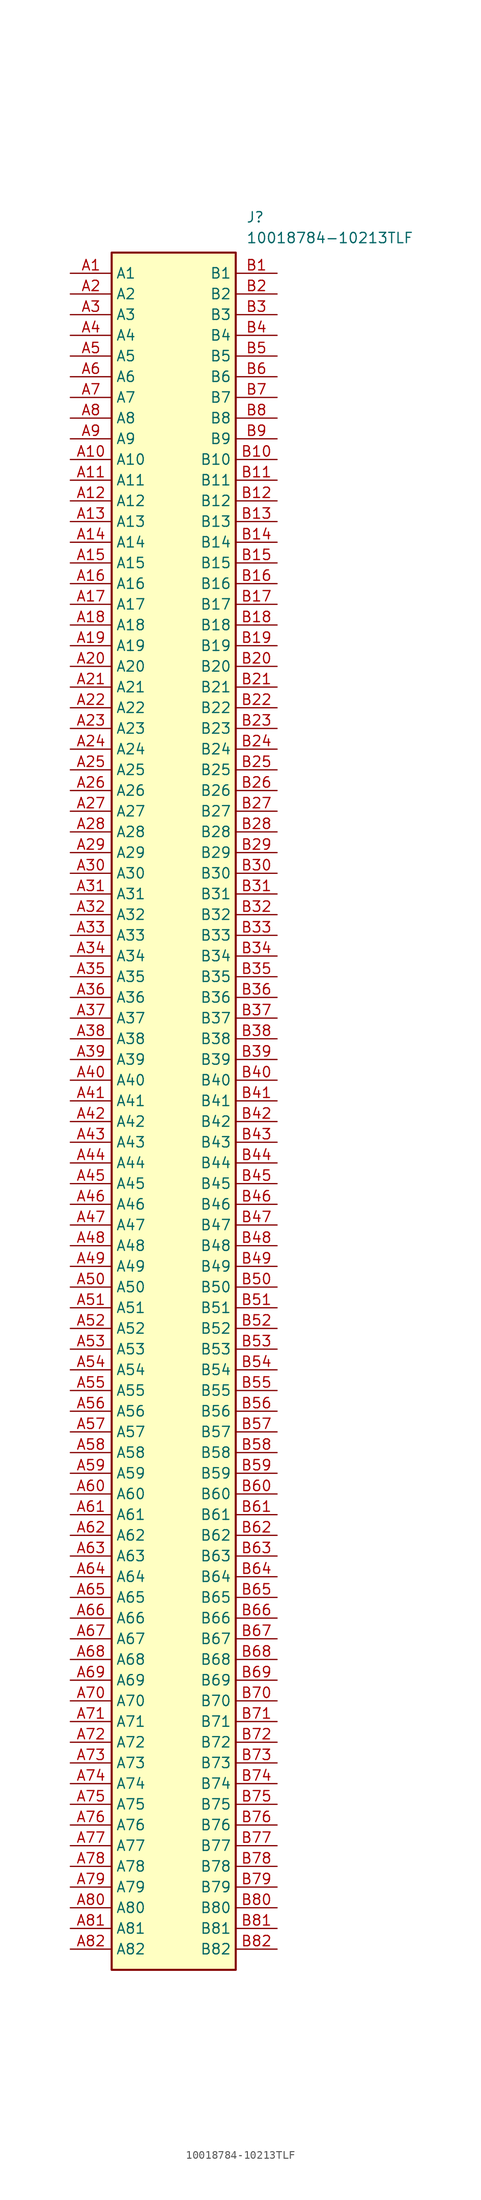
<source format=kicad_sym>
(kicad_symbol_lib
  (version 20220914)
  (generator kicad_symbol_editor)
  (symbol "10018784-10213TLF"
    (property "Reference" "J"
      (at 21.59 7.62 0)
      (effects (font (size 1.27 1.27)) (justify left top)))
    (property "Value" "10018784-10213TLF"
      (at 21.59 5.08 0)
      (effects (font (size 1.27 1.27)) (justify left top)))
    (symbol "10018784-10213TLF_1_1"
      (rectangle (start 5.08 2.54) (end 20.32 -208.28) (stroke (width 0.254) (type default)) (fill (type background)))
      (pin passive line (at 0 0 0) (length 5.08) (name "A1" (effects (font (size 1.27 1.27)))) (number "A1" (effects (font (size 1.27 1.27)))))
      (pin passive line (at 0 -22.86 0) (length 5.08) (name "A10" (effects (font (size 1.27 1.27)))) (number "A10" (effects (font (size 1.27 1.27)))))
      (pin passive line (at 0 -25.4 0) (length 5.08) (name "A11" (effects (font (size 1.27 1.27)))) (number "A11" (effects (font (size 1.27 1.27)))))
      (pin passive line (at 0 -27.94 0) (length 5.08) (name "A12" (effects (font (size 1.27 1.27)))) (number "A12" (effects (font (size 1.27 1.27)))))
      (pin passive line (at 0 -30.48 0) (length 5.08) (name "A13" (effects (font (size 1.27 1.27)))) (number "A13" (effects (font (size 1.27 1.27)))))
      (pin passive line (at 0 -33.02 0) (length 5.08) (name "A14" (effects (font (size 1.27 1.27)))) (number "A14" (effects (font (size 1.27 1.27)))))
      (pin passive line (at 0 -35.56 0) (length 5.08) (name "A15" (effects (font (size 1.27 1.27)))) (number "A15" (effects (font (size 1.27 1.27)))))
      (pin passive line (at 0 -38.1 0) (length 5.08) (name "A16" (effects (font (size 1.27 1.27)))) (number "A16" (effects (font (size 1.27 1.27)))))
      (pin passive line (at 0 -40.64 0) (length 5.08) (name "A17" (effects (font (size 1.27 1.27)))) (number "A17" (effects (font (size 1.27 1.27)))))
      (pin passive line (at 0 -43.18 0) (length 5.08) (name "A18" (effects (font (size 1.27 1.27)))) (number "A18" (effects (font (size 1.27 1.27)))))
      (pin passive line (at 0 -45.72 0) (length 5.08) (name "A19" (effects (font (size 1.27 1.27)))) (number "A19" (effects (font (size 1.27 1.27)))))
      (pin passive line (at 0 -2.54 0) (length 5.08) (name "A2" (effects (font (size 1.27 1.27)))) (number "A2" (effects (font (size 1.27 1.27)))))
      (pin passive line (at 0 -48.26 0) (length 5.08) (name "A20" (effects (font (size 1.27 1.27)))) (number "A20" (effects (font (size 1.27 1.27)))))
      (pin passive line (at 0 -50.8 0) (length 5.08) (name "A21" (effects (font (size 1.27 1.27)))) (number "A21" (effects (font (size 1.27 1.27)))))
      (pin passive line (at 0 -53.34 0) (length 5.08) (name "A22" (effects (font (size 1.27 1.27)))) (number "A22" (effects (font (size 1.27 1.27)))))
      (pin passive line (at 0 -55.88 0) (length 5.08) (name "A23" (effects (font (size 1.27 1.27)))) (number "A23" (effects (font (size 1.27 1.27)))))
      (pin passive line (at 0 -58.42 0) (length 5.08) (name "A24" (effects (font (size 1.27 1.27)))) (number "A24" (effects (font (size 1.27 1.27)))))
      (pin passive line (at 0 -60.96 0) (length 5.08) (name "A25" (effects (font (size 1.27 1.27)))) (number "A25" (effects (font (size 1.27 1.27)))))
      (pin passive line (at 0 -63.5 0) (length 5.08) (name "A26" (effects (font (size 1.27 1.27)))) (number "A26" (effects (font (size 1.27 1.27)))))
      (pin passive line (at 0 -66.04 0) (length 5.08) (name "A27" (effects (font (size 1.27 1.27)))) (number "A27" (effects (font (size 1.27 1.27)))))
      (pin passive line (at 0 -68.58 0) (length 5.08) (name "A28" (effects (font (size 1.27 1.27)))) (number "A28" (effects (font (size 1.27 1.27)))))
      (pin passive line (at 0 -71.12 0) (length 5.08) (name "A29" (effects (font (size 1.27 1.27)))) (number "A29" (effects (font (size 1.27 1.27)))))
      (pin passive line (at 0 -5.08 0) (length 5.08) (name "A3" (effects (font (size 1.27 1.27)))) (number "A3" (effects (font (size 1.27 1.27)))))
      (pin passive line (at 0 -73.66 0) (length 5.08) (name "A30" (effects (font (size 1.27 1.27)))) (number "A30" (effects (font (size 1.27 1.27)))))
      (pin passive line (at 0 -76.2 0) (length 5.08) (name "A31" (effects (font (size 1.27 1.27)))) (number "A31" (effects (font (size 1.27 1.27)))))
      (pin passive line (at 0 -78.74 0) (length 5.08) (name "A32" (effects (font (size 1.27 1.27)))) (number "A32" (effects (font (size 1.27 1.27)))))
      (pin passive line (at 0 -81.28 0) (length 5.08) (name "A33" (effects (font (size 1.27 1.27)))) (number "A33" (effects (font (size 1.27 1.27)))))
      (pin passive line (at 0 -83.82 0) (length 5.08) (name "A34" (effects (font (size 1.27 1.27)))) (number "A34" (effects (font (size 1.27 1.27)))))
      (pin passive line (at 0 -86.36 0) (length 5.08) (name "A35" (effects (font (size 1.27 1.27)))) (number "A35" (effects (font (size 1.27 1.27)))))
      (pin passive line (at 0 -88.9 0) (length 5.08) (name "A36" (effects (font (size 1.27 1.27)))) (number "A36" (effects (font (size 1.27 1.27)))))
      (pin passive line (at 0 -91.44 0) (length 5.08) (name "A37" (effects (font (size 1.27 1.27)))) (number "A37" (effects (font (size 1.27 1.27)))))
      (pin passive line (at 0 -93.98 0) (length 5.08) (name "A38" (effects (font (size 1.27 1.27)))) (number "A38" (effects (font (size 1.27 1.27)))))
      (pin passive line (at 0 -96.52 0) (length 5.08) (name "A39" (effects (font (size 1.27 1.27)))) (number "A39" (effects (font (size 1.27 1.27)))))
      (pin passive line (at 0 -7.62 0) (length 5.08) (name "A4" (effects (font (size 1.27 1.27)))) (number "A4" (effects (font (size 1.27 1.27)))))
      (pin passive line (at 0 -99.06 0) (length 5.08) (name "A40" (effects (font (size 1.27 1.27)))) (number "A40" (effects (font (size 1.27 1.27)))))
      (pin passive line (at 0 -101.6 0) (length 5.08) (name "A41" (effects (font (size 1.27 1.27)))) (number "A41" (effects (font (size 1.27 1.27)))))
      (pin passive line (at 0 -104.14 0) (length 5.08) (name "A42" (effects (font (size 1.27 1.27)))) (number "A42" (effects (font (size 1.27 1.27)))))
      (pin passive line (at 0 -106.68 0) (length 5.08) (name "A43" (effects (font (size 1.27 1.27)))) (number "A43" (effects (font (size 1.27 1.27)))))
      (pin passive line (at 0 -109.22 0) (length 5.08) (name "A44" (effects (font (size 1.27 1.27)))) (number "A44" (effects (font (size 1.27 1.27)))))
      (pin passive line (at 0 -111.76 0) (length 5.08) (name "A45" (effects (font (size 1.27 1.27)))) (number "A45" (effects (font (size 1.27 1.27)))))
      (pin passive line (at 0 -114.3 0) (length 5.08) (name "A46" (effects (font (size 1.27 1.27)))) (number "A46" (effects (font (size 1.27 1.27)))))
      (pin passive line (at 0 -116.84 0) (length 5.08) (name "A47" (effects (font (size 1.27 1.27)))) (number "A47" (effects (font (size 1.27 1.27)))))
      (pin passive line (at 0 -119.38 0) (length 5.08) (name "A48" (effects (font (size 1.27 1.27)))) (number "A48" (effects (font (size 1.27 1.27)))))
      (pin passive line (at 0 -121.92 0) (length 5.08) (name "A49" (effects (font (size 1.27 1.27)))) (number "A49" (effects (font (size 1.27 1.27)))))
      (pin passive line (at 0 -10.16 0) (length 5.08) (name "A5" (effects (font (size 1.27 1.27)))) (number "A5" (effects (font (size 1.27 1.27)))))
      (pin passive line (at 0 -124.46 0) (length 5.08) (name "A50" (effects (font (size 1.27 1.27)))) (number "A50" (effects (font (size 1.27 1.27)))))
      (pin passive line (at 0 -127 0) (length 5.08) (name "A51" (effects (font (size 1.27 1.27)))) (number "A51" (effects (font (size 1.27 1.27)))))
      (pin passive line (at 0 -129.54 0) (length 5.08) (name "A52" (effects (font (size 1.27 1.27)))) (number "A52" (effects (font (size 1.27 1.27)))))
      (pin passive line (at 0 -132.08 0) (length 5.08) (name "A53" (effects (font (size 1.27 1.27)))) (number "A53" (effects (font (size 1.27 1.27)))))
      (pin passive line (at 0 -134.62 0) (length 5.08) (name "A54" (effects (font (size 1.27 1.27)))) (number "A54" (effects (font (size 1.27 1.27)))))
      (pin passive line (at 0 -137.16 0) (length 5.08) (name "A55" (effects (font (size 1.27 1.27)))) (number "A55" (effects (font (size 1.27 1.27)))))
      (pin passive line (at 0 -139.7 0) (length 5.08) (name "A56" (effects (font (size 1.27 1.27)))) (number "A56" (effects (font (size 1.27 1.27)))))
      (pin passive line (at 0 -142.24 0) (length 5.08) (name "A57" (effects (font (size 1.27 1.27)))) (number "A57" (effects (font (size 1.27 1.27)))))
      (pin passive line (at 0 -144.78 0) (length 5.08) (name "A58" (effects (font (size 1.27 1.27)))) (number "A58" (effects (font (size 1.27 1.27)))))
      (pin passive line (at 0 -147.32 0) (length 5.08) (name "A59" (effects (font (size 1.27 1.27)))) (number "A59" (effects (font (size 1.27 1.27)))))
      (pin passive line (at 0 -12.7 0) (length 5.08) (name "A6" (effects (font (size 1.27 1.27)))) (number "A6" (effects (font (size 1.27 1.27)))))
      (pin passive line (at 0 -149.86 0) (length 5.08) (name "A60" (effects (font (size 1.27 1.27)))) (number "A60" (effects (font (size 1.27 1.27)))))
      (pin passive line (at 0 -152.4 0) (length 5.08) (name "A61" (effects (font (size 1.27 1.27)))) (number "A61" (effects (font (size 1.27 1.27)))))
      (pin passive line (at 0 -154.94 0) (length 5.08) (name "A62" (effects (font (size 1.27 1.27)))) (number "A62" (effects (font (size 1.27 1.27)))))
      (pin passive line (at 0 -157.48 0) (length 5.08) (name "A63" (effects (font (size 1.27 1.27)))) (number "A63" (effects (font (size 1.27 1.27)))))
      (pin passive line (at 0 -160.02 0) (length 5.08) (name "A64" (effects (font (size 1.27 1.27)))) (number "A64" (effects (font (size 1.27 1.27)))))
      (pin passive line (at 0 -162.56 0) (length 5.08) (name "A65" (effects (font (size 1.27 1.27)))) (number "A65" (effects (font (size 1.27 1.27)))))
      (pin passive line (at 0 -165.1 0) (length 5.08) (name "A66" (effects (font (size 1.27 1.27)))) (number "A66" (effects (font (size 1.27 1.27)))))
      (pin passive line (at 0 -167.64 0) (length 5.08) (name "A67" (effects (font (size 1.27 1.27)))) (number "A67" (effects (font (size 1.27 1.27)))))
      (pin passive line (at 0 -170.18 0) (length 5.08) (name "A68" (effects (font (size 1.27 1.27)))) (number "A68" (effects (font (size 1.27 1.27)))))
      (pin passive line (at 0 -172.72 0) (length 5.08) (name "A69" (effects (font (size 1.27 1.27)))) (number "A69" (effects (font (size 1.27 1.27)))))
      (pin passive line (at 0 -15.24 0) (length 5.08) (name "A7" (effects (font (size 1.27 1.27)))) (number "A7" (effects (font (size 1.27 1.27)))))
      (pin passive line (at 0 -175.26 0) (length 5.08) (name "A70" (effects (font (size 1.27 1.27)))) (number "A70" (effects (font (size 1.27 1.27)))))
      (pin passive line (at 0 -177.8 0) (length 5.08) (name "A71" (effects (font (size 1.27 1.27)))) (number "A71" (effects (font (size 1.27 1.27)))))
      (pin passive line (at 0 -180.34 0) (length 5.08) (name "A72" (effects (font (size 1.27 1.27)))) (number "A72" (effects (font (size 1.27 1.27)))))
      (pin passive line (at 0 -182.88 0) (length 5.08) (name "A73" (effects (font (size 1.27 1.27)))) (number "A73" (effects (font (size 1.27 1.27)))))
      (pin passive line (at 0 -185.42 0) (length 5.08) (name "A74" (effects (font (size 1.27 1.27)))) (number "A74" (effects (font (size 1.27 1.27)))))
      (pin passive line (at 0 -187.96 0) (length 5.08) (name "A75" (effects (font (size 1.27 1.27)))) (number "A75" (effects (font (size 1.27 1.27)))))
      (pin passive line (at 0 -190.5 0) (length 5.08) (name "A76" (effects (font (size 1.27 1.27)))) (number "A76" (effects (font (size 1.27 1.27)))))
      (pin passive line (at 0 -193.04 0) (length 5.08) (name "A77" (effects (font (size 1.27 1.27)))) (number "A77" (effects (font (size 1.27 1.27)))))
      (pin passive line (at 0 -195.58 0) (length 5.08) (name "A78" (effects (font (size 1.27 1.27)))) (number "A78" (effects (font (size 1.27 1.27)))))
      (pin passive line (at 0 -198.12 0) (length 5.08) (name "A79" (effects (font (size 1.27 1.27)))) (number "A79" (effects (font (size 1.27 1.27)))))
      (pin passive line (at 0 -17.78 0) (length 5.08) (name "A8" (effects (font (size 1.27 1.27)))) (number "A8" (effects (font (size 1.27 1.27)))))
      (pin passive line (at 0 -200.66 0) (length 5.08) (name "A80" (effects (font (size 1.27 1.27)))) (number "A80" (effects (font (size 1.27 1.27)))))
      (pin passive line (at 0 -203.2 0) (length 5.08) (name "A81" (effects (font (size 1.27 1.27)))) (number "A81" (effects (font (size 1.27 1.27)))))
      (pin passive line (at 0 -205.74 0) (length 5.08) (name "A82" (effects (font (size 1.27 1.27)))) (number "A82" (effects (font (size 1.27 1.27)))))
      (pin passive line (at 0 -20.32 0) (length 5.08) (name "A9" (effects (font (size 1.27 1.27)))) (number "A9" (effects (font (size 1.27 1.27)))))
      (pin passive line (at 25.4 0 180) (length 5.08) (name "B1" (effects (font (size 1.27 1.27)))) (number "B1" (effects (font (size 1.27 1.27)))))
      (pin passive line (at 25.4 -22.86 180) (length 5.08) (name "B10" (effects (font (size 1.27 1.27)))) (number "B10" (effects (font (size 1.27 1.27)))))
      (pin passive line (at 25.4 -25.4 180) (length 5.08) (name "B11" (effects (font (size 1.27 1.27)))) (number "B11" (effects (font (size 1.27 1.27)))))
      (pin passive line (at 25.4 -27.94 180) (length 5.08) (name "B12" (effects (font (size 1.27 1.27)))) (number "B12" (effects (font (size 1.27 1.27)))))
      (pin passive line (at 25.4 -30.48 180) (length 5.08) (name "B13" (effects (font (size 1.27 1.27)))) (number "B13" (effects (font (size 1.27 1.27)))))
      (pin passive line (at 25.4 -33.02 180) (length 5.08) (name "B14" (effects (font (size 1.27 1.27)))) (number "B14" (effects (font (size 1.27 1.27)))))
      (pin passive line (at 25.4 -35.56 180) (length 5.08) (name "B15" (effects (font (size 1.27 1.27)))) (number "B15" (effects (font (size 1.27 1.27)))))
      (pin passive line (at 25.4 -38.1 180) (length 5.08) (name "B16" (effects (font (size 1.27 1.27)))) (number "B16" (effects (font (size 1.27 1.27)))))
      (pin passive line (at 25.4 -40.64 180) (length 5.08) (name "B17" (effects (font (size 1.27 1.27)))) (number "B17" (effects (font (size 1.27 1.27)))))
      (pin passive line (at 25.4 -43.18 180) (length 5.08) (name "B18" (effects (font (size 1.27 1.27)))) (number "B18" (effects (font (size 1.27 1.27)))))
      (pin passive line (at 25.4 -45.72 180) (length 5.08) (name "B19" (effects (font (size 1.27 1.27)))) (number "B19" (effects (font (size 1.27 1.27)))))
      (pin passive line (at 25.4 -2.54 180) (length 5.08) (name "B2" (effects (font (size 1.27 1.27)))) (number "B2" (effects (font (size 1.27 1.27)))))
      (pin passive line (at 25.4 -48.26 180) (length 5.08) (name "B20" (effects (font (size 1.27 1.27)))) (number "B20" (effects (font (size 1.27 1.27)))))
      (pin passive line (at 25.4 -50.8 180) (length 5.08) (name "B21" (effects (font (size 1.27 1.27)))) (number "B21" (effects (font (size 1.27 1.27)))))
      (pin passive line (at 25.4 -53.34 180) (length 5.08) (name "B22" (effects (font (size 1.27 1.27)))) (number "B22" (effects (font (size 1.27 1.27)))))
      (pin passive line (at 25.4 -55.88 180) (length 5.08) (name "B23" (effects (font (size 1.27 1.27)))) (number "B23" (effects (font (size 1.27 1.27)))))
      (pin passive line (at 25.4 -58.42 180) (length 5.08) (name "B24" (effects (font (size 1.27 1.27)))) (number "B24" (effects (font (size 1.27 1.27)))))
      (pin passive line (at 25.4 -60.96 180) (length 5.08) (name "B25" (effects (font (size 1.27 1.27)))) (number "B25" (effects (font (size 1.27 1.27)))))
      (pin passive line (at 25.4 -63.5 180) (length 5.08) (name "B26" (effects (font (size 1.27 1.27)))) (number "B26" (effects (font (size 1.27 1.27)))))
      (pin passive line (at 25.4 -66.04 180) (length 5.08) (name "B27" (effects (font (size 1.27 1.27)))) (number "B27" (effects (font (size 1.27 1.27)))))
      (pin passive line (at 25.4 -68.58 180) (length 5.08) (name "B28" (effects (font (size 1.27 1.27)))) (number "B28" (effects (font (size 1.27 1.27)))))
      (pin passive line (at 25.4 -71.12 180) (length 5.08) (name "B29" (effects (font (size 1.27 1.27)))) (number "B29" (effects (font (size 1.27 1.27)))))
      (pin passive line (at 25.4 -5.08 180) (length 5.08) (name "B3" (effects (font (size 1.27 1.27)))) (number "B3" (effects (font (size 1.27 1.27)))))
      (pin passive line (at 25.4 -73.66 180) (length 5.08) (name "B30" (effects (font (size 1.27 1.27)))) (number "B30" (effects (font (size 1.27 1.27)))))
      (pin passive line (at 25.4 -76.2 180) (length 5.08) (name "B31" (effects (font (size 1.27 1.27)))) (number "B31" (effects (font (size 1.27 1.27)))))
      (pin passive line (at 25.4 -78.74 180) (length 5.08) (name "B32" (effects (font (size 1.27 1.27)))) (number "B32" (effects (font (size 1.27 1.27)))))
      (pin passive line (at 25.4 -81.28 180) (length 5.08) (name "B33" (effects (font (size 1.27 1.27)))) (number "B33" (effects (font (size 1.27 1.27)))))
      (pin passive line (at 25.4 -83.82 180) (length 5.08) (name "B34" (effects (font (size 1.27 1.27)))) (number "B34" (effects (font (size 1.27 1.27)))))
      (pin passive line (at 25.4 -86.36 180) (length 5.08) (name "B35" (effects (font (size 1.27 1.27)))) (number "B35" (effects (font (size 1.27 1.27)))))
      (pin passive line (at 25.4 -88.9 180) (length 5.08) (name "B36" (effects (font (size 1.27 1.27)))) (number "B36" (effects (font (size 1.27 1.27)))))
      (pin passive line (at 25.4 -91.44 180) (length 5.08) (name "B37" (effects (font (size 1.27 1.27)))) (number "B37" (effects (font (size 1.27 1.27)))))
      (pin passive line (at 25.4 -93.98 180) (length 5.08) (name "B38" (effects (font (size 1.27 1.27)))) (number "B38" (effects (font (size 1.27 1.27)))))
      (pin passive line (at 25.4 -96.52 180) (length 5.08) (name "B39" (effects (font (size 1.27 1.27)))) (number "B39" (effects (font (size 1.27 1.27)))))
      (pin passive line (at 25.4 -7.62 180) (length 5.08) (name "B4" (effects (font (size 1.27 1.27)))) (number "B4" (effects (font (size 1.27 1.27)))))
      (pin passive line (at 25.4 -99.06 180) (length 5.08) (name "B40" (effects (font (size 1.27 1.27)))) (number "B40" (effects (font (size 1.27 1.27)))))
      (pin passive line (at 25.4 -101.6 180) (length 5.08) (name "B41" (effects (font (size 1.27 1.27)))) (number "B41" (effects (font (size 1.27 1.27)))))
      (pin passive line (at 25.4 -104.14 180) (length 5.08) (name "B42" (effects (font (size 1.27 1.27)))) (number "B42" (effects (font (size 1.27 1.27)))))
      (pin passive line (at 25.4 -106.68 180) (length 5.08) (name "B43" (effects (font (size 1.27 1.27)))) (number "B43" (effects (font (size 1.27 1.27)))))
      (pin passive line (at 25.4 -109.22 180) (length 5.08) (name "B44" (effects (font (size 1.27 1.27)))) (number "B44" (effects (font (size 1.27 1.27)))))
      (pin passive line (at 25.4 -111.76 180) (length 5.08) (name "B45" (effects (font (size 1.27 1.27)))) (number "B45" (effects (font (size 1.27 1.27)))))
      (pin passive line (at 25.4 -114.3 180) (length 5.08) (name "B46" (effects (font (size 1.27 1.27)))) (number "B46" (effects (font (size 1.27 1.27)))))
      (pin passive line (at 25.4 -116.84 180) (length 5.08) (name "B47" (effects (font (size 1.27 1.27)))) (number "B47" (effects (font (size 1.27 1.27)))))
      (pin passive line (at 25.4 -119.38 180) (length 5.08) (name "B48" (effects (font (size 1.27 1.27)))) (number "B48" (effects (font (size 1.27 1.27)))))
      (pin passive line (at 25.4 -121.92 180) (length 5.08) (name "B49" (effects (font (size 1.27 1.27)))) (number "B49" (effects (font (size 1.27 1.27)))))
      (pin passive line (at 25.4 -10.16 180) (length 5.08) (name "B5" (effects (font (size 1.27 1.27)))) (number "B5" (effects (font (size 1.27 1.27)))))
      (pin passive line (at 25.4 -124.46 180) (length 5.08) (name "B50" (effects (font (size 1.27 1.27)))) (number "B50" (effects (font (size 1.27 1.27)))))
      (pin passive line (at 25.4 -127 180) (length 5.08) (name "B51" (effects (font (size 1.27 1.27)))) (number "B51" (effects (font (size 1.27 1.27)))))
      (pin passive line (at 25.4 -129.54 180) (length 5.08) (name "B52" (effects (font (size 1.27 1.27)))) (number "B52" (effects (font (size 1.27 1.27)))))
      (pin passive line (at 25.4 -132.08 180) (length 5.08) (name "B53" (effects (font (size 1.27 1.27)))) (number "B53" (effects (font (size 1.27 1.27)))))
      (pin passive line (at 25.4 -134.62 180) (length 5.08) (name "B54" (effects (font (size 1.27 1.27)))) (number "B54" (effects (font (size 1.27 1.27)))))
      (pin passive line (at 25.4 -137.16 180) (length 5.08) (name "B55" (effects (font (size 1.27 1.27)))) (number "B55" (effects (font (size 1.27 1.27)))))
      (pin passive line (at 25.4 -139.7 180) (length 5.08) (name "B56" (effects (font (size 1.27 1.27)))) (number "B56" (effects (font (size 1.27 1.27)))))
      (pin passive line (at 25.4 -142.24 180) (length 5.08) (name "B57" (effects (font (size 1.27 1.27)))) (number "B57" (effects (font (size 1.27 1.27)))))
      (pin passive line (at 25.4 -144.78 180) (length 5.08) (name "B58" (effects (font (size 1.27 1.27)))) (number "B58" (effects (font (size 1.27 1.27)))))
      (pin passive line (at 25.4 -147.32 180) (length 5.08) (name "B59" (effects (font (size 1.27 1.27)))) (number "B59" (effects (font (size 1.27 1.27)))))
      (pin passive line (at 25.4 -12.7 180) (length 5.08) (name "B6" (effects (font (size 1.27 1.27)))) (number "B6" (effects (font (size 1.27 1.27)))))
      (pin passive line (at 25.4 -149.86 180) (length 5.08) (name "B60" (effects (font (size 1.27 1.27)))) (number "B60" (effects (font (size 1.27 1.27)))))
      (pin passive line (at 25.4 -152.4 180) (length 5.08) (name "B61" (effects (font (size 1.27 1.27)))) (number "B61" (effects (font (size 1.27 1.27)))))
      (pin passive line (at 25.4 -154.94 180) (length 5.08) (name "B62" (effects (font (size 1.27 1.27)))) (number "B62" (effects (font (size 1.27 1.27)))))
      (pin passive line (at 25.4 -157.48 180) (length 5.08) (name "B63" (effects (font (size 1.27 1.27)))) (number "B63" (effects (font (size 1.27 1.27)))))
      (pin passive line (at 25.4 -160.02 180) (length 5.08) (name "B64" (effects (font (size 1.27 1.27)))) (number "B64" (effects (font (size 1.27 1.27)))))
      (pin passive line (at 25.4 -162.56 180) (length 5.08) (name "B65" (effects (font (size 1.27 1.27)))) (number "B65" (effects (font (size 1.27 1.27)))))
      (pin passive line (at 25.4 -165.1 180) (length 5.08) (name "B66" (effects (font (size 1.27 1.27)))) (number "B66" (effects (font (size 1.27 1.27)))))
      (pin passive line (at 25.4 -167.64 180) (length 5.08) (name "B67" (effects (font (size 1.27 1.27)))) (number "B67" (effects (font (size 1.27 1.27)))))
      (pin passive line (at 25.4 -170.18 180) (length 5.08) (name "B68" (effects (font (size 1.27 1.27)))) (number "B68" (effects (font (size 1.27 1.27)))))
      (pin passive line (at 25.4 -172.72 180) (length 5.08) (name "B69" (effects (font (size 1.27 1.27)))) (number "B69" (effects (font (size 1.27 1.27)))))
      (pin passive line (at 25.4 -15.24 180) (length 5.08) (name "B7" (effects (font (size 1.27 1.27)))) (number "B7" (effects (font (size 1.27 1.27)))))
      (pin passive line (at 25.4 -175.26 180) (length 5.08) (name "B70" (effects (font (size 1.27 1.27)))) (number "B70" (effects (font (size 1.27 1.27)))))
      (pin passive line (at 25.4 -177.8 180) (length 5.08) (name "B71" (effects (font (size 1.27 1.27)))) (number "B71" (effects (font (size 1.27 1.27)))))
      (pin passive line (at 25.4 -180.34 180) (length 5.08) (name "B72" (effects (font (size 1.27 1.27)))) (number "B72" (effects (font (size 1.27 1.27)))))
      (pin passive line (at 25.4 -182.88 180) (length 5.08) (name "B73" (effects (font (size 1.27 1.27)))) (number "B73" (effects (font (size 1.27 1.27)))))
      (pin passive line (at 25.4 -185.42 180) (length 5.08) (name "B74" (effects (font (size 1.27 1.27)))) (number "B74" (effects (font (size 1.27 1.27)))))
      (pin passive line (at 25.4 -187.96 180) (length 5.08) (name "B75" (effects (font (size 1.27 1.27)))) (number "B75" (effects (font (size 1.27 1.27)))))
      (pin passive line (at 25.4 -190.5 180) (length 5.08) (name "B76" (effects (font (size 1.27 1.27)))) (number "B76" (effects (font (size 1.27 1.27)))))
      (pin passive line (at 25.4 -193.04 180) (length 5.08) (name "B77" (effects (font (size 1.27 1.27)))) (number "B77" (effects (font (size 1.27 1.27)))))
      (pin passive line (at 25.4 -195.58 180) (length 5.08) (name "B78" (effects (font (size 1.27 1.27)))) (number "B78" (effects (font (size 1.27 1.27)))))
      (pin passive line (at 25.4 -198.12 180) (length 5.08) (name "B79" (effects (font (size 1.27 1.27)))) (number "B79" (effects (font (size 1.27 1.27)))))
      (pin passive line (at 25.4 -17.78 180) (length 5.08) (name "B8" (effects (font (size 1.27 1.27)))) (number "B8" (effects (font (size 1.27 1.27)))))
      (pin passive line (at 25.4 -200.66 180) (length 5.08) (name "B80" (effects (font (size 1.27 1.27)))) (number "B80" (effects (font (size 1.27 1.27)))))
      (pin passive line (at 25.4 -203.2 180) (length 5.08) (name "B81" (effects (font (size 1.27 1.27)))) (number "B81" (effects (font (size 1.27 1.27)))))
      (pin passive line (at 25.4 -205.74 180) (length 5.08) (name "B82" (effects (font (size 1.27 1.27)))) (number "B82" (effects (font (size 1.27 1.27)))))
      (pin passive line (at 25.4 -20.32 180) (length 5.08) (name "B9" (effects (font (size 1.27 1.27)))) (number "B9" (effects (font (size 1.27 1.27))))))))
</source>
